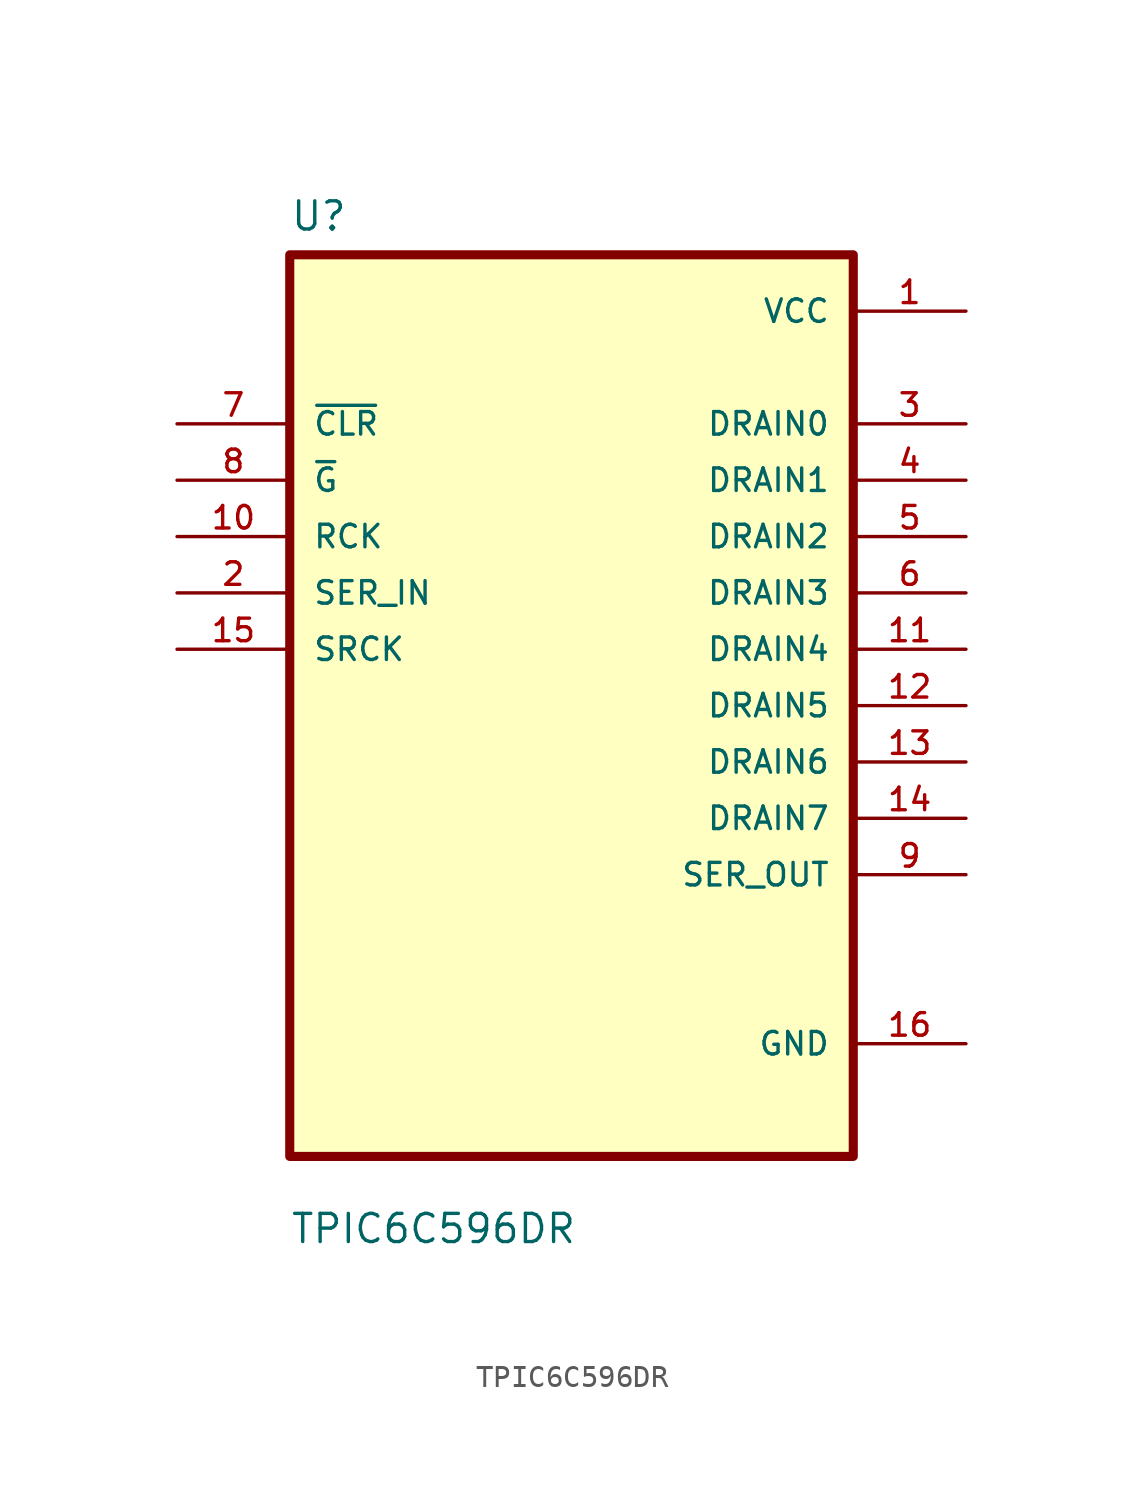
<source format=kicad_sym>
(kicad_symbol_lib
  (version 20211014)
  (generator kicad_symbol_editor)
  (symbol "TPIC6C596DR"
    (pin_names
      (offset 1.016))
    (property "Reference" "U"
      (at -12.7 21.32 0.0)
      (effects (font (size 1.27 1.27)) (justify bottom left)))
    (property "Value" "TPIC6C596DR"
      (at -12.7 -24.32 0.0)
      (effects (font (size 1.27 1.27)) (justify bottom left)))
    (symbol "TPIC6C596DR_0_0"
      (rectangle (start -12.7 -20.32) (end 12.7 20.32) (stroke (width 0.41)) (fill (type background)))
      (pin input line (at -17.78 12.7 0) (length 5.08) (name "~{CLR}" (effects (font (size 1.016 1.016)))) (number "7" (effects (font (size 1.016 1.016)))))
      (pin input line (at -17.78 10.16 0) (length 5.08) (name "~{G}" (effects (font (size 1.016 1.016)))) (number "8" (effects (font (size 1.016 1.016)))))
      (pin input line (at -17.78 7.62 0) (length 5.08) (name "RCK" (effects (font (size 1.016 1.016)))) (number "10" (effects (font (size 1.016 1.016)))))
      (pin input line (at -17.78 5.08 0) (length 5.08) (name "SER_IN" (effects (font (size 1.016 1.016)))) (number "2" (effects (font (size 1.016 1.016)))))
      (pin input line (at -17.78 2.54 0) (length 5.08) (name "SRCK" (effects (font (size 1.016 1.016)))) (number "15" (effects (font (size 1.016 1.016)))))
      (pin power_in line (at 17.78 17.78 180.0) (length 5.08) (name "VCC" (effects (font (size 1.016 1.016)))) (number "1" (effects (font (size 1.016 1.016)))))
      (pin output line (at 17.78 12.7 180.0) (length 5.08) (name "DRAIN0" (effects (font (size 1.016 1.016)))) (number "3" (effects (font (size 1.016 1.016)))))
      (pin output line (at 17.78 10.16 180.0) (length 5.08) (name "DRAIN1" (effects (font (size 1.016 1.016)))) (number "4" (effects (font (size 1.016 1.016)))))
      (pin output line (at 17.78 7.62 180.0) (length 5.08) (name "DRAIN2" (effects (font (size 1.016 1.016)))) (number "5" (effects (font (size 1.016 1.016)))))
      (pin output line (at 17.78 5.08 180.0) (length 5.08) (name "DRAIN3" (effects (font (size 1.016 1.016)))) (number "6" (effects (font (size 1.016 1.016)))))
      (pin output line (at 17.78 2.54 180.0) (length 5.08) (name "DRAIN4" (effects (font (size 1.016 1.016)))) (number "11" (effects (font (size 1.016 1.016)))))
      (pin output line (at 17.78 0.0 180.0) (length 5.08) (name "DRAIN5" (effects (font (size 1.016 1.016)))) (number "12" (effects (font (size 1.016 1.016)))))
      (pin output line (at 17.78 -2.54 180.0) (length 5.08) (name "DRAIN6" (effects (font (size 1.016 1.016)))) (number "13" (effects (font (size 1.016 1.016)))))
      (pin output line (at 17.78 -5.08 180.0) (length 5.08) (name "DRAIN7" (effects (font (size 1.016 1.016)))) (number "14" (effects (font (size 1.016 1.016)))))
      (pin output line (at 17.78 -7.62 180.0) (length 5.08) (name "SER_OUT" (effects (font (size 1.016 1.016)))) (number "9" (effects (font (size 1.016 1.016)))))
      (pin power_in line (at 17.78 -15.24 180.0) (length 5.08) (name "GND" (effects (font (size 1.016 1.016)))) (number "16" (effects (font (size 1.016 1.016))))))))
</source>
